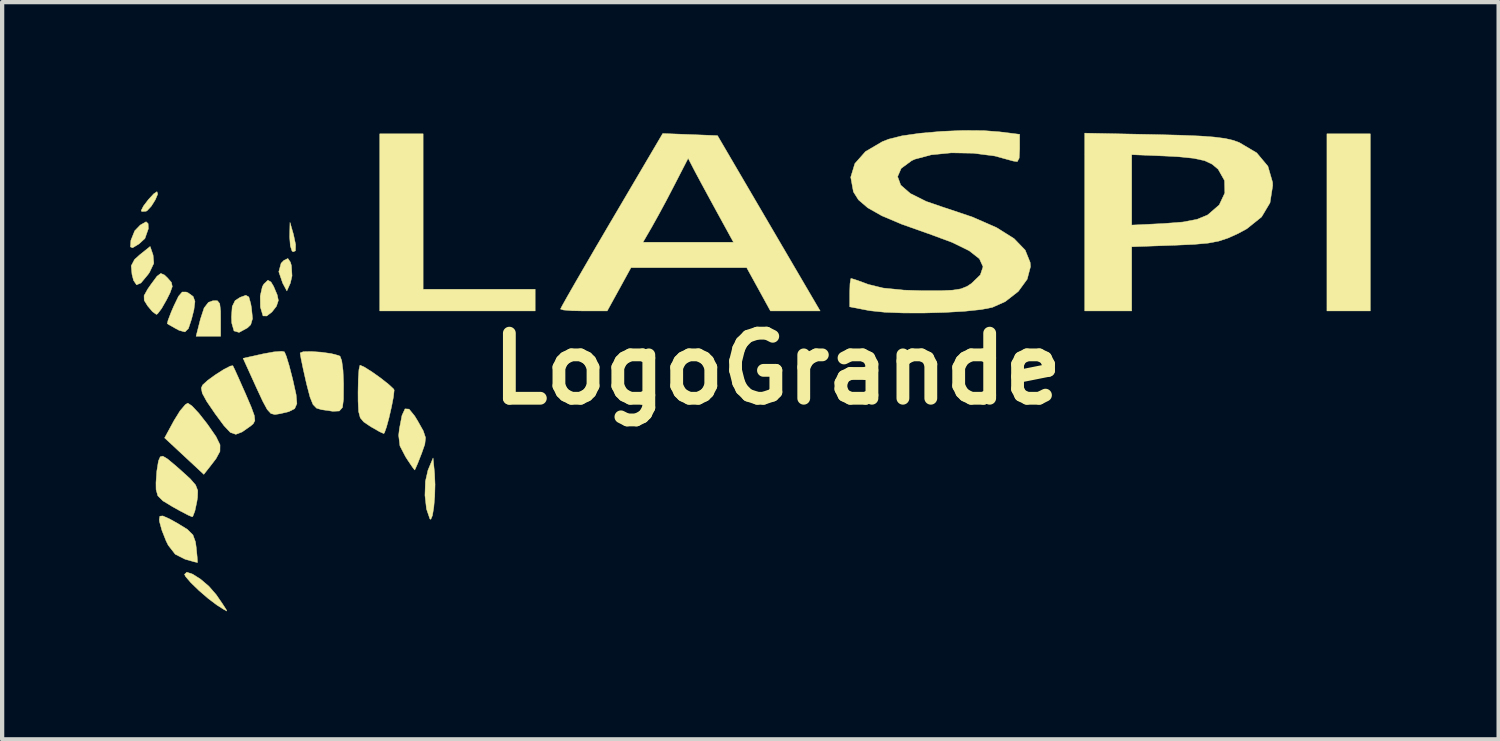
<source format=kicad_pcb>
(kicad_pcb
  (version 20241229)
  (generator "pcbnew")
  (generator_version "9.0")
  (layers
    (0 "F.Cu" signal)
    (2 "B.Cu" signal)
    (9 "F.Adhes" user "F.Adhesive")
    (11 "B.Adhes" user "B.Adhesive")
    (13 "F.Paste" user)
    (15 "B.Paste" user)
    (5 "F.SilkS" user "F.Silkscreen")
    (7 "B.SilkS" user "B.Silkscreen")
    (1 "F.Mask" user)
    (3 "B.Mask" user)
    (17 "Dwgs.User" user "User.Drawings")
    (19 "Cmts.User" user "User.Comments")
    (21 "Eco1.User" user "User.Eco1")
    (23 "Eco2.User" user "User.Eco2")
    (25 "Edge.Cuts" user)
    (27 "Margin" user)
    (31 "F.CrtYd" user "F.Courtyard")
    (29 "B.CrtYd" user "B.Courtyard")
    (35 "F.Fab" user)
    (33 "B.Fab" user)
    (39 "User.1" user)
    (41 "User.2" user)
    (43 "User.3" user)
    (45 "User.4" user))
  (footprint "LogoGrande"
    (layer "F.Cu")
    (at 15.156 5.587)
    (property "Reference" "LogoGrande" (at 0 0 0) (layer "F.SilkS") (effects (font (size 1.524 1.524) (thickness 0.3))))
    (attr through_hole)
    (fp_poly (pts (xy 13.885 -1.355) (xy 12.869 -1.355) (xy 12.869 -5.503) (xy 13.885 -5.503) (xy 13.885 -1.355)) (stroke (width 0.01) (type solid)) (fill yes) (layer "F.SilkS"))
    (fp_poly (pts (xy -8.297 -1.863) (xy -5.673 -1.863) (xy -5.673 -1.355) (xy -9.313 -1.355) (xy -9.313 -5.503) (xy -8.297 -5.503) (xy -8.297 -1.863)) (stroke (width 0.01) (type solid)) (fill yes) (layer "F.SilkS"))
    (fp_poly (pts (xy -11.333 -3.146) (xy -11.283 -2.909) (xy -11.287 -2.763) (xy -11.342 -2.74) (xy -11.368 -2.76) (xy -11.407 -2.879) (xy -11.423 -3.09) (xy -11.422 -3.126) (xy -11.415 -3.429) (xy -11.333 -3.146)) (stroke (width 0.01) (type solid)) (fill yes) (layer "F.SilkS"))
    (fp_poly (pts (xy -13.06 -1.527) (xy -13.04 -1.354) (xy -13.039 -1.191) (xy -13.039 -0.762) (xy -13.614 -0.762) (xy -13.512 -1.164) (xy -13.426 -1.426) (xy -13.324 -1.557) (xy -13.224 -1.593) (xy -13.115 -1.594) (xy -13.06 -1.527)) (stroke (width 0.01) (type solid)) (fill yes) (layer "F.SilkS"))
    (fp_poly (pts (xy -11.404 -2.496) (xy -11.381 -2.415) (xy -11.367 -2.175) (xy -11.406 -2.007) (xy -11.488 -1.824) (xy -11.586 -2.007) (xy -11.677 -2.273) (xy -11.623 -2.472) (xy -11.56 -2.537) (xy -11.464 -2.584) (xy -11.404 -2.496)) (stroke (width 0.01) (type solid)) (fill yes) (layer "F.SilkS"))
    (fp_poly (pts (xy -14.737 -3.4) (xy -14.732 -3.28) (xy -14.812 -3.052) (xy -14.95 -2.925) (xy -15.101 -2.834) (xy -15.151 -2.855) (xy -15.141 -3.006) (xy -15.14 -3.011) (xy -15.051 -3.232) (xy -14.922 -3.366) (xy -14.785 -3.444) (xy -14.737 -3.4)) (stroke (width 0.01) (type solid)) (fill yes) (layer "F.SilkS"))
    (fp_poly (pts (xy -14.513 -4.092) (xy -14.568 -3.96) (xy -14.661 -3.811) (xy -14.759 -3.705) (xy -14.786 -3.69) (xy -14.886 -3.684) (xy -14.899 -3.707) (xy -14.846 -3.812) (xy -14.731 -3.963) (xy -14.607 -4.097) (xy -14.53 -4.149) (xy -14.513 -4.092)) (stroke (width 0.01) (type solid)) (fill yes) (layer "F.SilkS"))
    (fp_poly (pts (xy -14.621 -2.664) (xy -14.604 -2.471) (xy -14.705 -2.258) (xy -14.742 -2.206) (xy -14.904 -2.011) (xy -15.008 -1.966) (xy -15.078 -2.07) (xy -15.115 -2.212) (xy -15.133 -2.412) (xy -15.056 -2.559) (xy -14.932 -2.671) (xy -14.69 -2.865) (xy -14.621 -2.664)) (stroke (width 0.01) (type solid)) (fill yes) (layer "F.SilkS"))
    (fp_poly (pts (xy -8.029 2.449) (xy -8.018 2.708) (xy -8.025 2.986) (xy -8.047 3.242) (xy -8.079 3.436) (xy -8.117 3.525) (xy -8.139 3.514) (xy -8.218 3.283) (xy -8.254 2.964) (xy -8.243 2.635) (xy -8.183 2.373) (xy -8.064 2.089) (xy -8.029 2.449)) (stroke (width 0.01) (type solid)) (fill yes) (layer "F.SilkS"))
    (fp_poly (pts (xy -12.378 -1.682) (xy -12.333 -1.521) (xy -12.316 -1.419) (xy -12.292 -1.176) (xy -12.334 -1.033) (xy -12.41 -0.959) (xy -12.607 -0.852) (xy -12.726 -0.887) (xy -12.779 -1.072) (xy -12.785 -1.214) (xy -12.768 -1.46) (xy -12.7 -1.598) (xy -12.58 -1.675) (xy -12.449 -1.722) (xy -12.378 -1.682)) (stroke (width 0.01) (type solid)) (fill yes) (layer "F.SilkS"))
    (fp_poly (pts (xy -11.86 -2.033) (xy -11.799 -1.932) (xy -11.714 -1.731) (xy -11.687 -1.601) (xy -11.732 -1.466) (xy -11.839 -1.329) (xy -11.959 -1.237) (xy -12.045 -1.239) (xy -12.048 -1.243) (xy -12.108 -1.445) (xy -12.112 -1.702) (xy -12.062 -1.924) (xy -12.027 -1.985) (xy -11.932 -2.075) (xy -11.86 -2.033)) (stroke (width 0.01) (type solid)) (fill yes) (layer "F.SilkS"))
    (fp_poly (pts (xy -13.711 0.869) (xy -13.552 1.038) (xy -13.363 1.278) (xy -13.338 1.312) (xy -13.146 1.589) (xy -13.053 1.78) (xy -13.055 1.935) (xy -13.148 2.106) (xy -13.276 2.273) (xy -13.433 2.472) (xy -13.892 2.045) (xy -14.351 1.618) (xy -14.13 1.211) (xy -13.99 0.985) (xy -13.865 0.838) (xy -13.807 0.804) (xy -13.711 0.869)) (stroke (width 0.01) (type solid)) (fill yes) (layer "F.SilkS"))
    (fp_poly (pts (xy -13.694 4.809) (xy -13.51 4.926) (xy -13.316 5.091) (xy -13.149 5.282) (xy -13.139 5.295) (xy -12.997 5.502) (xy -12.909 5.639) (xy -12.895 5.673) (xy -12.972 5.631) (xy -13.126 5.533) (xy -13.329 5.38) (xy -13.546 5.193) (xy -13.737 5.008) (xy -13.86 4.865) (xy -13.885 4.814) (xy -13.831 4.763) (xy -13.694 4.809)) (stroke (width 0.01) (type solid)) (fill yes) (layer "F.SilkS"))
    (fp_poly (pts (xy -14.356 -2.198) (xy -14.285 -2.131) (xy -14.192 -2.025) (xy -14.171 -1.926) (xy -14.225 -1.776) (xy -14.303 -1.62) (xy -14.421 -1.413) (xy -14.515 -1.289) (xy -14.543 -1.273) (xy -14.633 -1.336) (xy -14.748 -1.472) (xy -14.829 -1.603) (xy -14.832 -1.714) (xy -14.747 -1.867) (xy -14.668 -1.98) (xy -14.529 -2.168) (xy -14.44 -2.234) (xy -14.356 -2.198)) (stroke (width 0.01) (type solid)) (fill yes) (layer "F.SilkS"))
    (fp_poly (pts (xy -13.846 -1.799) (xy -13.796 -1.776) (xy -13.682 -1.693) (xy -13.64 -1.577) (xy -13.665 -1.38) (xy -13.72 -1.164) (xy -13.793 -0.943) (xy -13.875 -0.864) (xy -14.008 -0.899) (xy -14.097 -0.946) (xy -14.239 -1.027) (xy -14.289 -1.058) (xy -14.27 -1.137) (xy -14.199 -1.323) (xy -14.136 -1.469) (xy -14.025 -1.699) (xy -13.939 -1.799) (xy -13.846 -1.799)) (stroke (width 0.01) (type solid)) (fill yes) (layer "F.SilkS"))
    (fp_poly (pts (xy -8.626 0.944) (xy -8.497 1.102) (xy -8.424 1.221) (xy -8.293 1.454) (xy -8.24 1.613) (xy -8.257 1.767) (xy -8.335 1.99) (xy -8.337 1.993) (xy -8.423 2.213) (xy -8.482 2.348) (xy -8.495 2.37) (xy -8.545 2.305) (xy -8.654 2.144) (xy -8.707 2.062) (xy -8.84 1.806) (xy -8.87 1.559) (xy -8.853 1.407) (xy -8.792 1.091) (xy -8.721 0.938) (xy -8.626 0.944)) (stroke (width 0.01) (type solid)) (fill yes) (layer "F.SilkS"))
    (fp_poly (pts (xy -14.236 3.515) (xy -14.062 3.611) (xy -13.819 3.76) (xy -13.688 3.89) (xy -13.628 4.054) (xy -13.61 4.187) (xy -13.589 4.402) (xy -13.581 4.526) (xy -13.581 4.537) (xy -13.658 4.52) (xy -13.837 4.469) (xy -13.875 4.458) (xy -14.102 4.343) (xy -14.267 4.131) (xy -14.318 4.027) (xy -14.415 3.781) (xy -14.471 3.577) (xy -14.476 3.53) (xy -14.462 3.452) (xy -14.393 3.445) (xy -14.236 3.515)) (stroke (width 0.01) (type solid)) (fill yes) (layer "F.SilkS"))
    (fp_poly (pts (xy -11.545 -0.397) (xy -11.501 -0.294) (xy -11.433 -0.071) (xy -11.356 0.227) (xy -11.345 0.273) (xy -11.271 0.607) (xy -11.253 0.815) (xy -11.305 0.934) (xy -11.442 1.003) (xy -11.643 1.051) (xy -11.769 1.071) (xy -11.862 1.047) (xy -11.949 0.952) (xy -12.053 0.759) (xy -12.202 0.439) (xy -12.206 0.43) (xy -12.513 -0.246) (xy -12.055 -0.348) (xy -11.795 -0.396) (xy -11.606 -0.41) (xy -11.545 -0.397)) (stroke (width 0.01) (type solid)) (fill yes) (layer "F.SilkS"))
    (fp_poly (pts (xy -14.278 2.114) (xy -14.08 2.28) (xy -13.987 2.362) (xy -13.754 2.573) (xy -13.625 2.721) (xy -13.575 2.851) (xy -13.58 3.011) (xy -13.596 3.115) (xy -13.642 3.331) (xy -13.69 3.455) (xy -13.706 3.466) (xy -13.803 3.425) (xy -13.997 3.323) (xy -14.159 3.233) (xy -14.392 3.092) (xy -14.51 2.974) (xy -14.551 2.827) (xy -14.553 2.667) (xy -14.534 2.398) (xy -14.498 2.174) (xy -14.491 2.147) (xy -14.453 2.06) (xy -14.393 2.045) (xy -14.278 2.114)) (stroke (width 0.01) (type solid)) (fill yes) (layer "F.SilkS"))
    (fp_poly (pts (xy -12.711 0.013) (xy -12.619 0.216) (xy -12.495 0.497) (xy -12.454 0.588) (xy -12.32 0.902) (xy -12.249 1.098) (xy -12.237 1.214) (xy -12.276 1.288) (xy -12.333 1.336) (xy -12.536 1.479) (xy -12.683 1.535) (xy -12.811 1.491) (xy -12.96 1.333) (xy -13.166 1.054) (xy -13.365 0.763) (xy -13.469 0.572) (xy -13.492 0.449) (xy -13.46 0.378) (xy -13.339 0.268) (xy -13.156 0.136) (xy -12.964 0.014) (xy -12.812 -0.064) (xy -12.754 -0.073) (xy -12.711 0.013)) (stroke (width 0.01) (type solid)) (fill yes) (layer "F.SilkS"))
    (fp_poly (pts (xy -9.669 -0.038) (xy -9.489 0.076) (xy -9.283 0.223) (xy -9.1 0.368) (xy -8.988 0.473) (xy -8.975 0.498) (xy -8.992 0.657) (xy -9.037 0.89) (xy -9.095 1.144) (xy -9.155 1.364) (xy -9.203 1.499) (xy -9.219 1.517) (xy -9.319 1.472) (xy -9.499 1.369) (xy -9.546 1.34) (xy -9.687 1.245) (xy -9.769 1.148) (xy -9.808 1.001) (xy -9.82 0.76) (xy -9.821 0.543) (xy -9.815 0.241) (xy -9.8 0.019) (xy -9.777 -0.082) (xy -9.773 -0.085) (xy -9.669 -0.038)) (stroke (width 0.01) (type solid)) (fill yes) (layer "F.SilkS"))
    (fp_poly (pts (xy -10.681 -0.389) (xy -10.448 -0.356) (xy -10.276 -0.311) (xy -10.243 -0.295) (xy -10.203 -0.191) (xy -10.173 0.036) (xy -10.16 0.339) (xy -10.16 0.386) (xy -10.162 0.714) (xy -10.186 0.905) (xy -10.26 0.988) (xy -10.412 0.995) (xy -10.67 0.957) (xy -10.675 0.957) (xy -10.792 0.922) (xy -10.876 0.836) (xy -10.946 0.662) (xy -11.024 0.364) (xy -11.036 0.313) (xy -11.105 0.007) (xy -11.155 -0.235) (xy -11.177 -0.366) (xy -11.177 -0.372) (xy -11.103 -0.401) (xy -10.918 -0.405) (xy -10.681 -0.389)) (stroke (width 0.01) (type solid)) (fill yes) (layer "F.SilkS"))
    (fp_poly (pts (xy -2.045 -5.486) (xy -1.403 -5.461) (xy -0.201 -3.408) (xy 1.001 -1.355) (xy -0.163 -1.355) (xy -0.441 -1.862) (xy -0.72 -2.369) (xy -3.429 -2.369) (xy -3.707 -1.862) (xy -3.986 -1.355) (xy -4.533 -1.355) (xy -4.812 -1.361) (xy -5.009 -1.377) (xy -5.08 -1.399) (xy -5.039 -1.48) (xy -4.922 -1.689) (xy -4.741 -2.005) (xy -4.507 -2.409) (xy -4.231 -2.884) (xy -4.184 -2.963) (xy -3.149 -2.963) (xy -1.028 -2.963) (xy -1.434 -3.704) (xy -1.623 -4.051) (xy -1.794 -4.367) (xy -1.923 -4.607) (xy -1.965 -4.688) (xy -2.09 -4.931) (xy -2.411 -4.307) (xy -2.593 -3.957) (xy -2.778 -3.614) (xy -2.927 -3.347) (xy -2.94 -3.323) (xy -3.149 -2.963) (xy -4.184 -2.963) (xy -3.923 -3.409) (xy -3.883 -3.476) (xy -2.686 -5.51) (xy -2.045 -5.486)) (stroke (width 0.01) (type solid)) (fill yes) (layer "F.SilkS"))
    (fp_poly (pts (xy 8.826 -5.486) (xy 9.428 -5.471) (xy 9.888 -5.452) (xy 10.232 -5.427) (xy 10.487 -5.394) (xy 10.68 -5.349) (xy 10.816 -5.299) (xy 11.225 -5.057) (xy 11.487 -4.744) (xy 11.596 -4.368) (xy 11.599 -4.29) (xy 11.536 -3.888) (xy 11.339 -3.557) (xy 10.994 -3.28) (xy 10.788 -3.168) (xy 10.553 -3.062) (xy 10.334 -2.99) (xy 10.085 -2.943) (xy 9.759 -2.914) (xy 9.311 -2.894) (xy 9.299 -2.894) (xy 8.297 -2.858) (xy 8.297 -1.355) (xy 7.197 -1.355) (xy 7.197 -3.366) (xy 8.297 -3.366) (xy 9.044 -3.402) (xy 9.498 -3.438) (xy 9.825 -3.5) (xy 10.065 -3.598) (xy 10.08 -3.607) (xy 10.347 -3.838) (xy 10.478 -4.118) (xy 10.471 -4.409) (xy 10.322 -4.673) (xy 10.182 -4.791) (xy 10.004 -4.875) (xy 9.744 -4.931) (xy 9.369 -4.968) (xy 9.123 -4.981) (xy 8.297 -5.015) (xy 8.297 -3.366) (xy 7.197 -3.366) (xy 7.197 -5.519) (xy 8.826 -5.486)) (stroke (width 0.01) (type solid)) (fill yes) (layer "F.SilkS"))
    (fp_poly (pts (xy 4.833 -5.578) (xy 5.199 -5.55) (xy 5.673 -5.491) (xy 5.673 -5.15) (xy 5.662 -4.934) (xy 5.618 -4.852) (xy 5.525 -4.865) (xy 5.09 -4.984) (xy 4.589 -5.049) (xy 4.075 -5.058) (xy 3.6 -5.011) (xy 3.219 -4.909) (xy 3.145 -4.875) (xy 2.899 -4.695) (xy 2.815 -4.501) (xy 2.888 -4.302) (xy 3.114 -4.105) (xy 3.487 -3.919) (xy 3.834 -3.8) (xy 4.565 -3.555) (xy 5.132 -3.307) (xy 5.543 -3.049) (xy 5.803 -2.779) (xy 5.919 -2.492) (xy 5.927 -2.392) (xy 5.849 -2.097) (xy 5.641 -1.812) (xy 5.336 -1.574) (xy 5.034 -1.439) (xy 4.773 -1.388) (xy 4.389 -1.348) (xy 3.926 -1.321) (xy 3.428 -1.307) (xy 2.942 -1.308) (xy 2.512 -1.325) (xy 2.183 -1.359) (xy 2.138 -1.366) (xy 1.693 -1.452) (xy 1.693 -1.784) (xy 1.7 -1.994) (xy 1.718 -2.109) (xy 1.725 -2.117) (xy 1.816 -2.09) (xy 2.01 -2.021) (xy 2.127 -1.977) (xy 2.473 -1.892) (xy 2.962 -1.843) (xy 3.401 -1.829) (xy 3.817 -1.829) (xy 4.103 -1.842) (xy 4.298 -1.873) (xy 4.44 -1.93) (xy 4.544 -1.998) (xy 4.752 -2.199) (xy 4.816 -2.39) (xy 4.731 -2.577) (xy 4.491 -2.765) (xy 4.093 -2.96) (xy 3.531 -3.168) (xy 3.514 -3.173) (xy 2.905 -3.389) (xy 2.445 -3.584) (xy 2.116 -3.77) (xy 1.899 -3.956) (xy 1.78 -4.144) (xy 1.717 -4.488) (xy 1.814 -4.807) (xy 2.063 -5.088) (xy 2.456 -5.319) (xy 2.609 -5.379) (xy 2.917 -5.456) (xy 3.344 -5.517) (xy 3.839 -5.56) (xy 4.352 -5.582) (xy 4.833 -5.578)) (stroke (width 0.01) (type solid)) (fill yes) (layer "F.SilkS")))
  (gr_rect
    (start -3 -3)
    (end 32.046 14.264)
    (stroke (width 0.1) (type default))
    (fill no)
    (layer "Edge.Cuts")))
</source>
